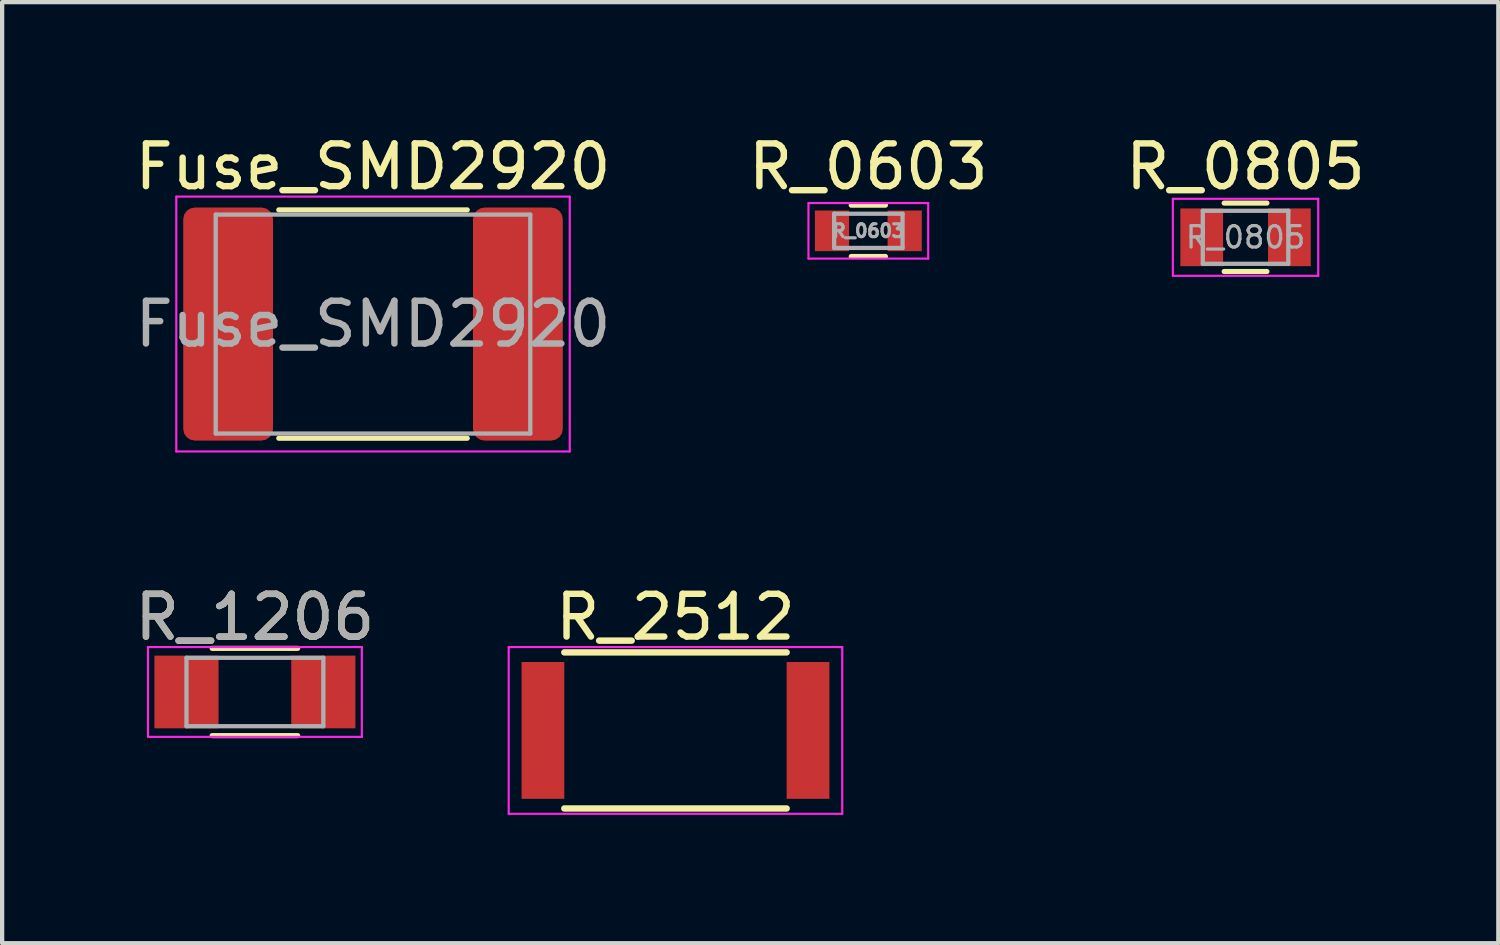
<source format=kicad_pcb>
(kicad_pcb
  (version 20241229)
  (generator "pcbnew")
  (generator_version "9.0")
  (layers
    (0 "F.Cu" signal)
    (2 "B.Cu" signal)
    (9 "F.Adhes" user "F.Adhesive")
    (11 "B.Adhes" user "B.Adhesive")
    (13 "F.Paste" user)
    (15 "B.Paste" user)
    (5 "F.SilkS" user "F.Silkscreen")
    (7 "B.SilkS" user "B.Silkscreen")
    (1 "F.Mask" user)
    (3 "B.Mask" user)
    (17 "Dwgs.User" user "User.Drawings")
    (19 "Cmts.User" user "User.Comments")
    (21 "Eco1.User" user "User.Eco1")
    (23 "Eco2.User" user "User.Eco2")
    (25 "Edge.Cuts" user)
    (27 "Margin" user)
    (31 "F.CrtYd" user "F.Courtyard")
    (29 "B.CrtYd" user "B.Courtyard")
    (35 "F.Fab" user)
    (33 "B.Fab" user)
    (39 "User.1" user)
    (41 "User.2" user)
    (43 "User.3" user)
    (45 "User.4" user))
  (footprint "R_2512"
    (layer "F.Cu")
    (at 12.746 14.031)
    (property "Reference" "R_2512" (at 0 -2.65 0) (layer "F.SilkS") (effects (font (size 1 1) (thickness 0.15))))
    (attr smd)
    (fp_line (start -2.6 -1.825) (end 2.6 -1.825) (stroke (width 0.15) (type solid)) (layer "F.SilkS"))
    (fp_line (start 2.6 1.825) (end -2.6 1.825) (stroke (width 0.15) (type solid)) (layer "F.SilkS"))
    (fp_line (start -3.9 -1.95) (end -3.9 1.95) (stroke (width 0.05) (type solid)) (layer "F.CrtYd"))
    (fp_line (start -3.9 -1.95) (end 3.9 -1.95) (stroke (width 0.05) (type solid)) (layer "F.CrtYd"))
    (fp_line (start -3.9 1.95) (end 3.9 1.95) (stroke (width 0.05) (type solid)) (layer "F.CrtYd"))
    (fp_line (start 3.9 -1.95) (end 3.9 1.95) (stroke (width 0.05) (type solid)) (layer "F.CrtYd"))
    (pad "1" smd rect (at -3.1 0) (size 1 3.2) (layers "F.Cu" "F.Mask" "F.Paste"))
    (pad "2" smd rect (at 3.1 0) (size 1 3.2) (layers "F.Cu" "F.Mask" "F.Paste")))
  (footprint "R_0603"
    (layer "F.Cu")
    (at 17.256 2.348)
    (property "Reference" "R_0603" (at 0 -1.5 0) (layer "F.SilkS") (effects (font (size 1 1) (thickness 0.15))))
    (attr smd)
    (fp_line (start -0.4 -0.6) (end 0.4 -0.6) (stroke (width 0.12) (type solid)) (layer "F.SilkS"))
    (fp_line (start 0.4 0.6) (end -0.4 0.6) (stroke (width 0.12) (type solid)) (layer "F.SilkS"))
    (fp_line (start -1.4 -0.65) (end -1.4 0.65) (stroke (width 0.05) (type solid)) (layer "F.CrtYd"))
    (fp_line (start -1.4 -0.65) (end 1.4 -0.65) (stroke (width 0.05) (type solid)) (layer "F.CrtYd"))
    (fp_line (start 1.4 0.65) (end -1.4 0.65) (stroke (width 0.05) (type solid)) (layer "F.CrtYd"))
    (fp_line (start 1.4 0.65) (end 1.4 -0.65) (stroke (width 0.05) (type solid)) (layer "F.CrtYd"))
    (fp_line (start -0.8 -0.4) (end 0.8 -0.4) (stroke (width 0.1) (type solid)) (layer "F.Fab"))
    (fp_line (start -0.8 0.4) (end -0.8 -0.4) (stroke (width 0.1) (type solid)) (layer "F.Fab"))
    (fp_line (start 0.8 -0.4) (end 0.8 0.4) (stroke (width 0.1) (type solid)) (layer "F.Fab"))
    (fp_line (start 0.8 0.4) (end -0.8 0.4) (stroke (width 0.1) (type solid)) (layer "F.Fab"))
    (fp_text user "${REFERENCE}" (at 0 0 0) (layer "F.Fab") (effects (font (size 0.3 0.3) (thickness 0.075))))
    (pad "1" smd rect (at -0.85 0) (size 0.8 0.95) (layers "F.Cu" "F.Mask" "F.Paste"))
    (pad "2" smd rect (at 0.85 0) (size 0.8 0.95) (layers "F.Cu" "F.Mask" "F.Paste")))
  (footprint "Fuse_SMD2920"
    (layer "F.Cu")
    (at 5.673 4.528)
    (property "Reference" "Fuse_SMD2920" (at 0 -3.68 0) (layer "F.SilkS") (effects (font (size 1 1) (thickness 0.15))))
    (attr smd)
    (fp_line (start -2.204 -2.67) (end 2.204 -2.67) (stroke (width 0.12) (type solid)) (layer "F.SilkS"))
    (fp_line (start -2.204 2.67) (end 2.204 2.67) (stroke (width 0.12) (type solid)) (layer "F.SilkS"))
    (fp_line (start -4.6 -2.98) (end 4.6 -2.98) (stroke (width 0.05) (type solid)) (layer "F.CrtYd"))
    (fp_line (start -4.6 2.98) (end -4.6 -2.98) (stroke (width 0.05) (type solid)) (layer "F.CrtYd"))
    (fp_line (start 4.6 -2.98) (end 4.6 2.98) (stroke (width 0.05) (type solid)) (layer "F.CrtYd"))
    (fp_line (start 4.6 2.98) (end -4.6 2.98) (stroke (width 0.05) (type solid)) (layer "F.CrtYd"))
    (fp_line (start -3.678 -2.56) (end 3.678 -2.56) (stroke (width 0.1) (type solid)) (layer "F.Fab"))
    (fp_line (start -3.678 2.56) (end -3.678 -2.56) (stroke (width 0.1) (type solid)) (layer "F.Fab"))
    (fp_line (start 3.678 -2.56) (end 3.678 2.56) (stroke (width 0.1) (type solid)) (layer "F.Fab"))
    (fp_line (start 3.678 2.56) (end -3.678 2.56) (stroke (width 0.1) (type solid)) (layer "F.Fab"))
    (fp_text user "${REFERENCE}" (at 0 0 0) (layer "F.Fab") (effects (font (size 1 1) (thickness 0.15))))
    (pad "1" smd roundrect (at -3.388 0) (size 2.1 5.45) (layers "F.Cu" "F.Mask" "F.Paste") (roundrect_rratio 0.13))
    (pad "2" smd roundrect (at 3.388 0) (size 2.1 5.45) (layers "F.Cu" "F.Mask" "F.Paste") (roundrect_rratio 0.13)))
  (footprint "R_0805"
    (layer "F.Cu")
    (at 26.077 2.499)
    (property "Reference" "R_0805" (at 0 -1.651 0) (layer "F.SilkS") (effects (font (size 1 1) (thickness 0.15))))
    (attr smd)
    (fp_line (start -0.5 -0.8) (end 0.5 -0.8) (stroke (width 0.12) (type solid)) (layer "F.SilkS"))
    (fp_line (start 0.5 0.8) (end -0.5 0.8) (stroke (width 0.12) (type solid)) (layer "F.SilkS"))
    (fp_line (start -1.7 -0.9) (end -1.7 0.9) (stroke (width 0.05) (type solid)) (layer "F.CrtYd"))
    (fp_line (start -1.7 -0.9) (end 1.7 -0.9) (stroke (width 0.05) (type solid)) (layer "F.CrtYd"))
    (fp_line (start 1.7 0.9) (end -1.7 0.9) (stroke (width 0.05) (type solid)) (layer "F.CrtYd"))
    (fp_line (start 1.7 0.9) (end 1.7 -0.9) (stroke (width 0.05) (type solid)) (layer "F.CrtYd"))
    (fp_line (start -1 -0.62) (end 1 -0.62) (stroke (width 0.1) (type solid)) (layer "F.Fab"))
    (fp_line (start -1 0.62) (end -1 -0.62) (stroke (width 0.1) (type solid)) (layer "F.Fab"))
    (fp_line (start 1 -0.62) (end 1 0.62) (stroke (width 0.1) (type solid)) (layer "F.Fab"))
    (fp_line (start 1 0.62) (end -1 0.62) (stroke (width 0.1) (type solid)) (layer "F.Fab"))
    (fp_text user "${REFERENCE}" (at 0 0 0) (layer "F.Fab") (effects (font (size 0.5 0.5) (thickness 0.075))))
    (pad "1" smd rect (at -1.025 0) (size 1 1.35) (layers "F.Cu" "F.Mask" "F.Paste"))
    (pad "2" smd rect (at 1.025 0) (size 1 1.35) (layers "F.Cu" "F.Mask" "F.Paste")))
  (footprint "R_1206"
    (layer "F.Cu")
    (at 2.911 13.132)
    (property "Reference" "R_1206" (at 0 -1.75 0) (layer "F.SilkS") (effects (font (size 1 1) (thickness 0.15))))
    (attr smd)
    (fp_line (start -1 1.02) (end 1 1.02) (stroke (width 0.12) (type solid)) (layer "F.SilkS"))
    (fp_line (start 1 -1.02) (end -1 -1.02) (stroke (width 0.12) (type solid)) (layer "F.SilkS"))
    (fp_line (start -2.5 -1.05) (end -2.5 1.05) (stroke (width 0.05) (type solid)) (layer "F.CrtYd"))
    (fp_line (start -2.5 -1.05) (end 2.5 -1.05) (stroke (width 0.05) (type solid)) (layer "F.CrtYd"))
    (fp_line (start 2.5 1.05) (end -2.5 1.05) (stroke (width 0.05) (type solid)) (layer "F.CrtYd"))
    (fp_line (start 2.5 1.05) (end 2.5 -1.05) (stroke (width 0.05) (type solid)) (layer "F.CrtYd"))
    (fp_line (start -1.6 -0.8) (end 1.6 -0.8) (stroke (width 0.1) (type solid)) (layer "F.Fab"))
    (fp_line (start -1.6 0.8) (end -1.6 -0.8) (stroke (width 0.1) (type solid)) (layer "F.Fab"))
    (fp_line (start 1.6 -0.8) (end 1.6 0.8) (stroke (width 0.1) (type solid)) (layer "F.Fab"))
    (fp_line (start 1.6 0.8) (end -1.6 0.8) (stroke (width 0.1) (type solid)) (layer "F.Fab"))
    (fp_text user "${REFERENCE}" (at 0 -1.75 0) (layer "F.Fab") (effects (font (size 1 1) (thickness 0.15))))
    (pad "1" smd rect (at -1.6 0) (size 1.5 1.7) (layers "F.Cu" "F.Mask" "F.Paste"))
    (pad "2" smd rect (at 1.6 0) (size 1.5 1.7) (layers "F.Cu" "F.Mask" "F.Paste")))
  (gr_rect
    (start -3 -3)
    (end 31.988 19.006)
    (stroke (width 0.1) (type default))
    (fill no)
    (layer "Edge.Cuts")))
</source>
